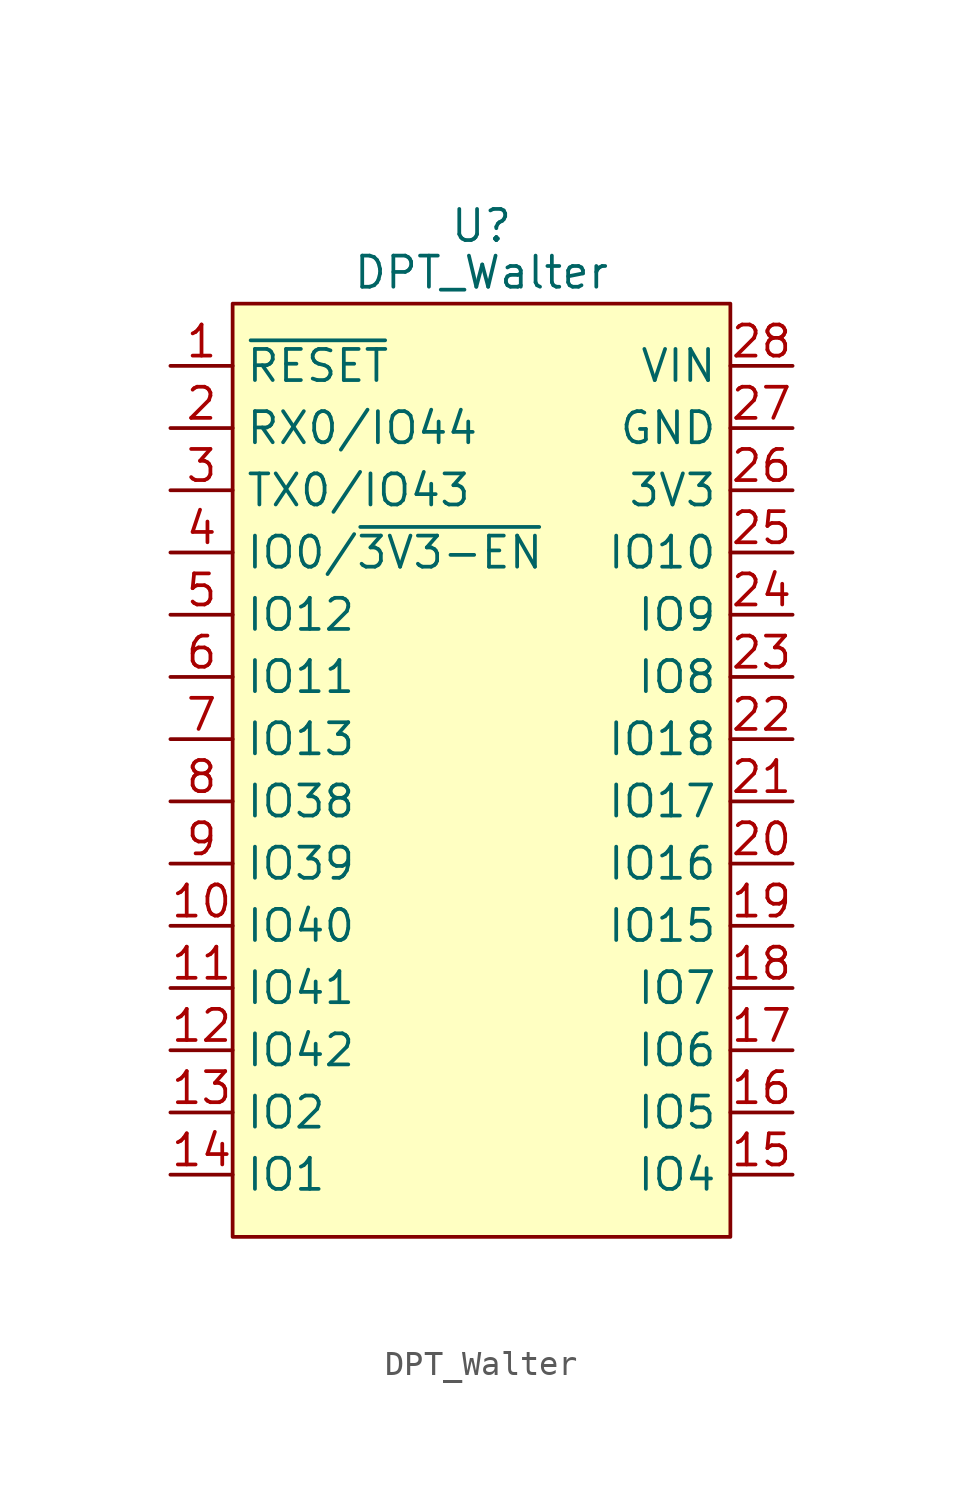
<source format=kicad_sym>
(kicad_symbol_lib
  (version 20211014)
  (generator kicad_symbol_editor)
  (symbol "DPT_Walter"
    (property "Reference" "U"
      (at 0 20.955 0)
      (effects (font (size 1.27 1.27))))
    (property "Value" "DPT_Walter"
      (at 0 19.05 0)
      (effects (font (size 1.27 1.27))))
    (symbol "DPT_Walter_0_1"
      (rectangle (start -10.16 17.78) (end 10.16 -20.32) (stroke (width 0.152) (type default) (color 0 0 0 0)) (fill (type background))))
    (symbol "DPT_Walter_1_1"
      (pin input line (at -12.7 15.24 0) (length 2.54) (name "~{RESET}" (effects (font (size 1.27 1.27)))) (number "1" (effects (font (size 1.27 1.27)))))
      (pin input line (at -12.7 -7.62 0) (length 2.54) (name "IO40" (effects (font (size 1.27 1.27)))) (number "10" (effects (font (size 1.27 1.27)))))
      (pin bidirectional line (at -12.7 -10.16 0) (length 2.54) (name "IO41" (effects (font (size 1.27 1.27)))) (number "11" (effects (font (size 1.27 1.27)))))
      (pin bidirectional line (at -12.7 -12.7 0) (length 2.54) (name "IO42" (effects (font (size 1.27 1.27)))) (number "12" (effects (font (size 1.27 1.27)))))
      (pin bidirectional line (at -12.7 -15.24 0) (length 2.54) (name "IO2" (effects (font (size 1.27 1.27)))) (number "13" (effects (font (size 1.27 1.27)))))
      (pin bidirectional line (at -12.7 -17.78 0) (length 2.54) (name "IO1" (effects (font (size 1.27 1.27)))) (number "14" (effects (font (size 1.27 1.27)))))
      (pin bidirectional line (at 12.7 -17.78 180) (length 2.54) (name "IO4" (effects (font (size 1.27 1.27)))) (number "15" (effects (font (size 1.27 1.27)))))
      (pin bidirectional line (at 12.7 -15.24 180) (length 2.54) (name "IO5" (effects (font (size 1.27 1.27)))) (number "16" (effects (font (size 1.27 1.27)))))
      (pin bidirectional line (at 12.7 -12.7 180) (length 2.54) (name "IO6" (effects (font (size 1.27 1.27)))) (number "17" (effects (font (size 1.27 1.27)))))
      (pin bidirectional line (at 12.7 -10.16 180) (length 2.54) (name "IO7" (effects (font (size 1.27 1.27)))) (number "18" (effects (font (size 1.27 1.27)))))
      (pin bidirectional line (at 12.7 -7.62 180) (length 2.54) (name "IO15" (effects (font (size 1.27 1.27)))) (number "19" (effects (font (size 1.27 1.27)))))
      (pin bidirectional line (at -12.7 12.7 0) (length 2.54) (name "RX0/IO44" (effects (font (size 1.27 1.27)))) (number "2" (effects (font (size 1.27 1.27)))))
      (pin bidirectional line (at 12.7 -5.08 180) (length 2.54) (name "IO16" (effects (font (size 1.27 1.27)))) (number "20" (effects (font (size 1.27 1.27)))))
      (pin bidirectional line (at 12.7 -2.54 180) (length 2.54) (name "IO17" (effects (font (size 1.27 1.27)))) (number "21" (effects (font (size 1.27 1.27)))))
      (pin bidirectional line (at 12.7 0 180) (length 2.54) (name "IO18" (effects (font (size 1.27 1.27)))) (number "22" (effects (font (size 1.27 1.27)))))
      (pin bidirectional line (at 12.7 2.54 180) (length 2.54) (name "IO8" (effects (font (size 1.27 1.27)))) (number "23" (effects (font (size 1.27 1.27)))))
      (pin bidirectional line (at 12.7 5.08 180) (length 2.54) (name "IO9" (effects (font (size 1.27 1.27)))) (number "24" (effects (font (size 1.27 1.27)))))
      (pin bidirectional line (at 12.7 7.62 180) (length 2.54) (name "IO10" (effects (font (size 1.27 1.27)))) (number "25" (effects (font (size 1.27 1.27)))))
      (pin power_out line (at 12.7 10.16 180) (length 2.54) (name "3V3" (effects (font (size 1.27 1.27)))) (number "26" (effects (font (size 1.27 1.27)))))
      (pin power_in line (at 12.7 12.7 180) (length 2.54) (name "GND" (effects (font (size 1.27 1.27)))) (number "27" (effects (font (size 1.27 1.27)))))
      (pin power_in line (at 12.7 15.24 180) (length 2.54) (name "VIN" (effects (font (size 1.27 1.27)))) (number "28" (effects (font (size 1.27 1.27)))))
      (pin bidirectional line (at -12.7 10.16 0) (length 2.54) (name "TX0/IO43" (effects (font (size 1.27 1.27)))) (number "3" (effects (font (size 1.27 1.27)))))
      (pin bidirectional line (at -12.7 7.62 0) (length 2.54) (name "IO0/~{3V3-EN}" (effects (font (size 1.27 1.27)))) (number "4" (effects (font (size 1.27 1.27)))))
      (pin bidirectional line (at -12.7 5.08 0) (length 2.54) (name "IO12" (effects (font (size 1.27 1.27)))) (number "5" (effects (font (size 1.27 1.27)))))
      (pin bidirectional line (at -12.7 2.54 0) (length 2.54) (name "IO11" (effects (font (size 1.27 1.27)))) (number "6" (effects (font (size 1.27 1.27)))))
      (pin bidirectional line (at -12.7 0 0) (length 2.54) (name "IO13" (effects (font (size 1.27 1.27)))) (number "7" (effects (font (size 1.27 1.27)))))
      (pin bidirectional line (at -12.7 -2.54 0) (length 2.54) (name "IO38" (effects (font (size 1.27 1.27)))) (number "8" (effects (font (size 1.27 1.27)))))
      (pin bidirectional line (at -12.7 -5.08 0) (length 2.54) (name "IO39" (effects (font (size 1.27 1.27)))) (number "9" (effects (font (size 1.27 1.27))))))))
</source>
